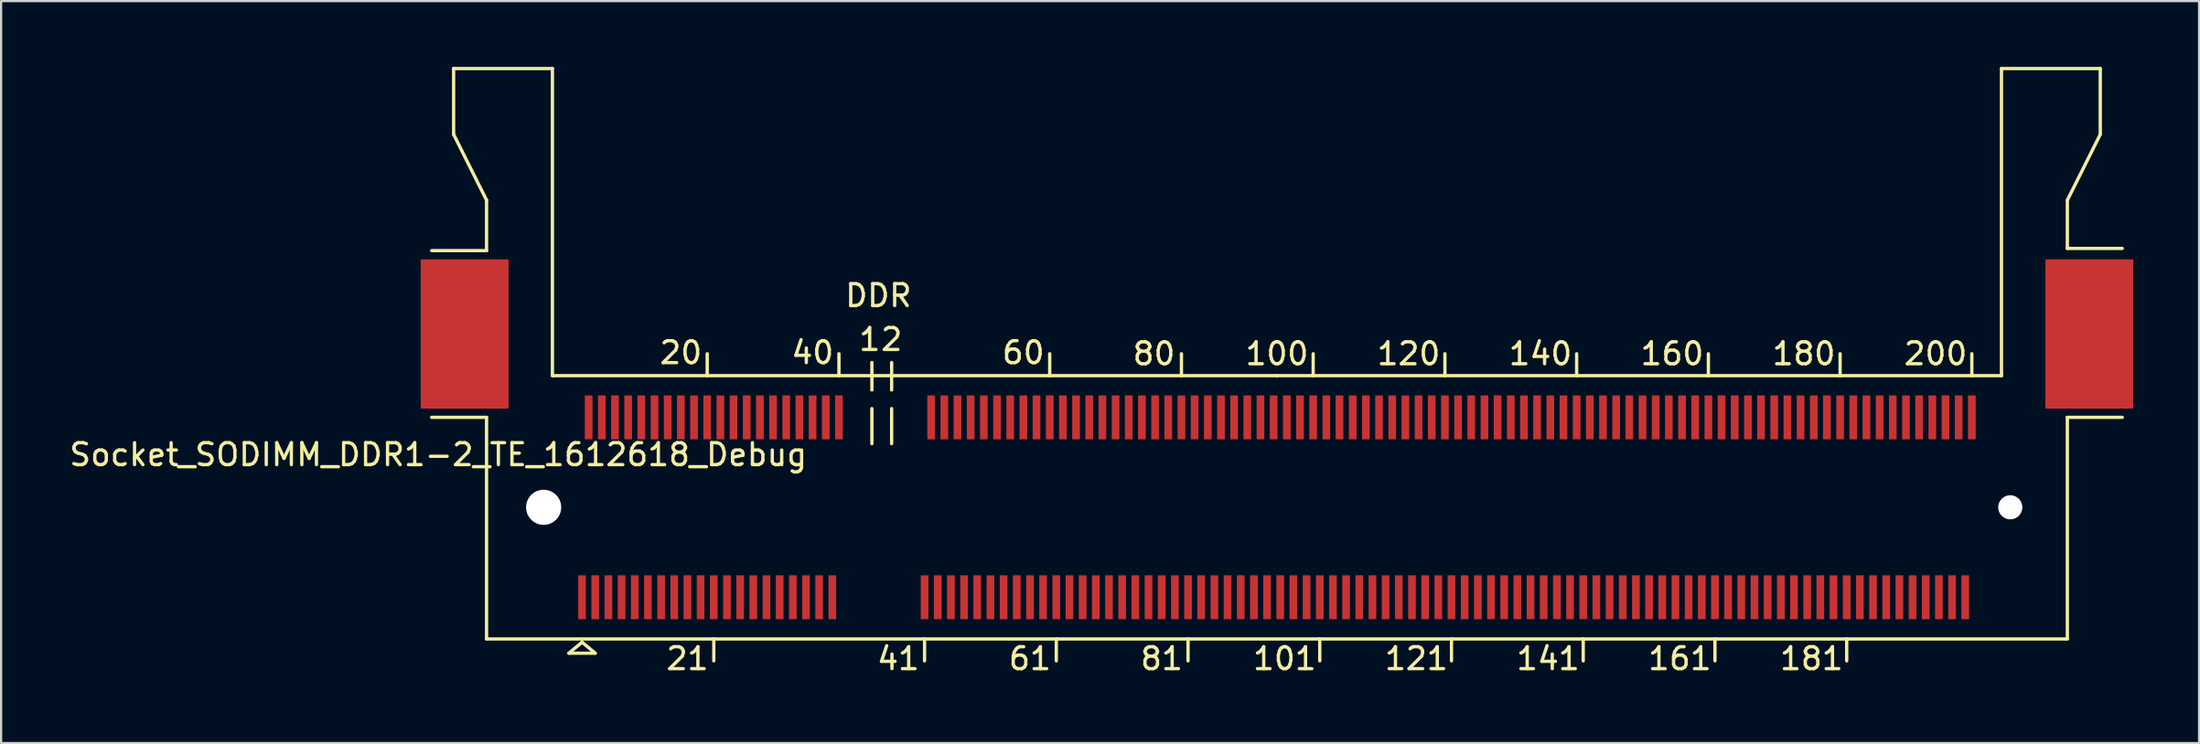
<source format=kicad_pcb>
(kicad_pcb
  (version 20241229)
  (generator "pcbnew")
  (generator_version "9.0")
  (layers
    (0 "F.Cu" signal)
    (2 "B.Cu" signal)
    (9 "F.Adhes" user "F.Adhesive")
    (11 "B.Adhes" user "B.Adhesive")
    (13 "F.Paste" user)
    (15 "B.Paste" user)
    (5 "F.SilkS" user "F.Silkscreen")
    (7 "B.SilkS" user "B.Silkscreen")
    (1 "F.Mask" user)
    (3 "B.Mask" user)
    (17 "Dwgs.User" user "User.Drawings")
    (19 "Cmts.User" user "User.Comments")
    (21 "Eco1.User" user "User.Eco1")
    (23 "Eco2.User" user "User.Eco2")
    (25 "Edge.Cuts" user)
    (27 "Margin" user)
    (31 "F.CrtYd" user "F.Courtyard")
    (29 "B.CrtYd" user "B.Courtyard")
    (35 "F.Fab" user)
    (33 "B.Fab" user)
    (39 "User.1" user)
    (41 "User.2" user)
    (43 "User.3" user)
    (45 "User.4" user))
  (footprint "Socket_SODIMM_DDR1-2_TE_1612618_Debug"
    (layer "F.Cu")
    (at 55.111 20.075)
    (property "Reference" "Socket_SODIMM_DDR1-2_TE_1612618_Debug" (at -38.2 -2.4 0) (layer "F.SilkS") (effects (font (size 1 1) (thickness 0.15))))
    (attr smd)
    (fp_line (start -37.5 -20) (end -37.5 -17) (stroke (width 0.15) (type solid)) (layer "F.SilkS"))
    (fp_line (start -37.5 -17) (end -36 -14) (stroke (width 0.15) (type solid)) (layer "F.SilkS"))
    (fp_line (start -36 -14) (end -36 -11.7) (stroke (width 0.15) (type solid)) (layer "F.SilkS"))
    (fp_line (start -36 -11.7) (end -38.5 -11.7) (stroke (width 0.15) (type solid)) (layer "F.SilkS"))
    (fp_line (start -36 -4.1) (end -38.5 -4.1) (stroke (width 0.15) (type solid)) (layer "F.SilkS"))
    (fp_line (start -36 -4.1) (end -36 6) (stroke (width 0.15) (type solid)) (layer "F.SilkS"))
    (fp_line (start -36 6) (end 36 6) (stroke (width 0.15) (type solid)) (layer "F.SilkS"))
    (fp_line (start -33 -20) (end -37.5 -20) (stroke (width 0.15) (type solid)) (layer "F.SilkS"))
    (fp_line (start -33 -6) (end -33 -20) (stroke (width 0.15) (type solid)) (layer "F.SilkS"))
    (fp_line (start -32.25 6.65) (end -31.65 6.15) (stroke (width 0.15) (type solid)) (layer "F.SilkS"))
    (fp_line (start -31.65 6.15) (end -31.05 6.65) (stroke (width 0.15) (type solid)) (layer "F.SilkS"))
    (fp_line (start -31.05 6.65) (end -32.25 6.65) (stroke (width 0.15) (type solid)) (layer "F.SilkS"))
    (fp_line (start -25.95 -6) (end -25.95 -7) (stroke (width 0.15) (type solid)) (layer "F.SilkS"))
    (fp_line (start -25.65 7) (end -25.65 6) (stroke (width 0.15) (type solid)) (layer "F.SilkS"))
    (fp_line (start -19.95 -6) (end -19.95 -7) (stroke (width 0.15) (type solid)) (layer "F.SilkS"))
    (fp_line (start -18.45 -5.35) (end -18.45 -6.6) (stroke (width 0.15) (type solid)) (layer "F.SilkS"))
    (fp_line (start -18.45 -4.5) (end -18.45 -2.9) (stroke (width 0.15) (type solid)) (layer "F.SilkS"))
    (fp_line (start -17.55 -5.35) (end -17.55 -6.6) (stroke (width 0.15) (type solid)) (layer "F.SilkS"))
    (fp_line (start -17.55 -4.5) (end -17.55 -2.9) (stroke (width 0.15) (type solid)) (layer "F.SilkS"))
    (fp_line (start -16.05 7) (end -16.05 6) (stroke (width 0.15) (type solid)) (layer "F.SilkS"))
    (fp_line (start -10.35 -6) (end -10.35 -7) (stroke (width 0.15) (type solid)) (layer "F.SilkS"))
    (fp_line (start -10.05 7) (end -10.05 6) (stroke (width 0.15) (type solid)) (layer "F.SilkS"))
    (fp_line (start -4.35 -6) (end -4.35 -7) (stroke (width 0.15) (type solid)) (layer "F.SilkS"))
    (fp_line (start -4.05 7) (end -4.05 6) (stroke (width 0.15) (type solid)) (layer "F.SilkS"))
    (fp_line (start 0 -6) (end -33 -6) (stroke (width 0.15) (type solid)) (layer "F.SilkS"))
    (fp_line (start 1.65 -6) (end 1.65 -7) (stroke (width 0.15) (type solid)) (layer "F.SilkS"))
    (fp_line (start 1.95 7) (end 1.95 6) (stroke (width 0.15) (type solid)) (layer "F.SilkS"))
    (fp_line (start 7.65 -6) (end 7.65 -7) (stroke (width 0.15) (type solid)) (layer "F.SilkS"))
    (fp_line (start 7.95 7) (end 7.95 6) (stroke (width 0.15) (type solid)) (layer "F.SilkS"))
    (fp_line (start 13.65 -6) (end 13.65 -7) (stroke (width 0.15) (type solid)) (layer "F.SilkS"))
    (fp_line (start 13.95 7) (end 13.95 6) (stroke (width 0.15) (type solid)) (layer "F.SilkS"))
    (fp_line (start 19.65 -6) (end 19.65 -7) (stroke (width 0.15) (type solid)) (layer "F.SilkS"))
    (fp_line (start 19.95 7) (end 19.95 6) (stroke (width 0.15) (type solid)) (layer "F.SilkS"))
    (fp_line (start 25.65 -6) (end 25.65 -7) (stroke (width 0.15) (type solid)) (layer "F.SilkS"))
    (fp_line (start 25.95 7) (end 25.95 6) (stroke (width 0.15) (type solid)) (layer "F.SilkS"))
    (fp_line (start 31.65 -6) (end 31.65 -7) (stroke (width 0.15) (type solid)) (layer "F.SilkS"))
    (fp_line (start 33 -20) (end 33 -6) (stroke (width 0.15) (type solid)) (layer "F.SilkS"))
    (fp_line (start 33 -6) (end 0 -6) (stroke (width 0.15) (type solid)) (layer "F.SilkS"))
    (fp_line (start 36 -14) (end 36 -11.8) (stroke (width 0.15) (type solid)) (layer "F.SilkS"))
    (fp_line (start 36 -14) (end 37.5 -17) (stroke (width 0.15) (type solid)) (layer "F.SilkS"))
    (fp_line (start 36 -11.8) (end 38.5 -11.8) (stroke (width 0.15) (type solid)) (layer "F.SilkS"))
    (fp_line (start 36 -4.1) (end 38.5 -4.1) (stroke (width 0.15) (type solid)) (layer "F.SilkS"))
    (fp_line (start 36 6) (end 36 -4.1) (stroke (width 0.15) (type solid)) (layer "F.SilkS"))
    (fp_line (start 37.5 -20) (end 33 -20) (stroke (width 0.15) (type solid)) (layer "F.SilkS"))
    (fp_line (start 37.5 -17) (end 37.5 -20) (stroke (width 0.15) (type solid)) (layer "F.SilkS"))
    (fp_text user "60" (at -11.55 -7.05 0) (layer "F.SilkS") (effects (font (size 1 1) (thickness 0.15))))
    (fp_text user "DDR" (at -18.15 -9.65 0) (layer "F.SilkS") (effects (font (size 1 1) (thickness 0.15))))
    (fp_text user "1" (at -18.55 -7.65 0) (layer "F.SilkS") (effects (font (size 1 1) (thickness 0.15))))
    (fp_text user "101" (at 0.35 6.9 0) (layer "F.SilkS") (effects (font (size 1 1) (thickness 0.15))))
    (fp_text user "161" (at 18.35 6.9 0) (layer "F.SilkS") (effects (font (size 1 1) (thickness 0.15))))
    (fp_text user "80" (at -5.6 -7 0) (layer "F.SilkS") (effects (font (size 1 1) (thickness 0.15))))
    (fp_text user "140" (at 12 -7 0) (layer "F.SilkS") (effects (font (size 1 1) (thickness 0.15))))
    (fp_text user "180" (at 24 -7 0) (layer "F.SilkS") (effects (font (size 1 1) (thickness 0.15))))
    (fp_text user "61" (at -11.25 6.9 0) (layer "F.SilkS") (effects (font (size 1 1) (thickness 0.15))))
    (fp_text user "41" (at -17.25 6.9 0) (layer "F.SilkS") (effects (font (size 1 1) (thickness 0.15))))
    (fp_text user "40" (at -21.15 -7.05 0) (layer "F.SilkS") (effects (font (size 1 1) (thickness 0.15))))
    (fp_text user "81" (at -5.25 6.9 0) (layer "F.SilkS") (effects (font (size 1 1) (thickness 0.15))))
    (fp_text user "200" (at 30 -7 0) (layer "F.SilkS") (effects (font (size 1 1) (thickness 0.15))))
    (fp_text user "181" (at 24.35 6.9 0) (layer "F.SilkS") (effects (font (size 1 1) (thickness 0.15))))
    (fp_text user "141" (at 12.35 6.9 0) (layer "F.SilkS") (effects (font (size 1 1) (thickness 0.15))))
    (fp_text user "21" (at -26.85 6.9 0) (layer "F.SilkS") (effects (font (size 1 1) (thickness 0.15))))
    (fp_text user "20" (at -27.15 -7.05 0) (layer "F.SilkS") (effects (font (size 1 1) (thickness 0.15))))
    (fp_text user "2" (at -17.55 -7.65 0) (layer "F.SilkS") (effects (font (size 1 1) (thickness 0.15))))
    (fp_text user "120" (at 6 -7 0) (layer "F.SilkS") (effects (font (size 1 1) (thickness 0.15))))
    (fp_text user "100" (at 0 -7 0) (layer "F.SilkS") (effects (font (size 1 1) (thickness 0.15))))
    (fp_text user "121" (at 6.35 6.9 0) (layer "F.SilkS") (effects (font (size 1 1) (thickness 0.15))))
    (fp_text user "160" (at 18 -7 0) (layer "F.SilkS") (effects (font (size 1 1) (thickness 0.15))))
    (pad "" smd rect (at -37 -7.9) (size 4 6.8) (layers "F.Cu" "F.Mask" "F.Paste"))
    (pad "" np_thru_hole circle (at -33.4 0) (size 1.6 1.6) (drill 1.6) (layers "*.Cu" "*.Mask"))
    (pad "" np_thru_hole circle (at 33.4 0) (size 1.1 1.1) (drill 1.1) (layers "*.Cu" "*.Mask"))
    (pad "" smd rect (at 37 -7.9) (size 4 6.8) (layers "F.Cu" "F.Mask" "F.Paste"))
    (pad "1" smd rect (at -31.65 4.1) (size 0.35 2) (layers "F.Cu" "F.Mask" "F.Paste"))
    (pad "2" smd rect (at -31.35 -4.1) (size 0.35 2) (layers "F.Cu" "F.Mask" "F.Paste"))
    (pad "3" smd rect (at -31.05 4.1) (size 0.35 2) (layers "F.Cu" "F.Mask" "F.Paste"))
    (pad "4" smd rect (at -30.75 -4.1) (size 0.35 2) (layers "F.Cu" "F.Mask" "F.Paste"))
    (pad "5" smd rect (at -30.45 4.1) (size 0.35 2) (layers "F.Cu" "F.Mask" "F.Paste"))
    (pad "6" smd rect (at -30.15 -4.1) (size 0.35 2) (layers "F.Cu" "F.Mask" "F.Paste"))
    (pad "7" smd rect (at -29.85 4.1) (size 0.35 2) (layers "F.Cu" "F.Mask" "F.Paste"))
    (pad "8" smd rect (at -29.55 -4.1) (size 0.35 2) (layers "F.Cu" "F.Mask" "F.Paste"))
    (pad "9" smd rect (at -29.25 4.1) (size 0.35 2) (layers "F.Cu" "F.Mask" "F.Paste"))
    (pad "10" smd rect (at -28.95 -4.1) (size 0.35 2) (layers "F.Cu" "F.Mask" "F.Paste"))
    (pad "11" smd rect (at -28.65 4.1) (size 0.35 2) (layers "F.Cu" "F.Mask" "F.Paste"))
    (pad "12" smd rect (at -28.35 -4.1) (size 0.35 2) (layers "F.Cu" "F.Mask" "F.Paste"))
    (pad "13" smd rect (at -28.05 4.1) (size 0.35 2) (layers "F.Cu" "F.Mask" "F.Paste"))
    (pad "14" smd rect (at -27.75 -4.1) (size 0.35 2) (layers "F.Cu" "F.Mask" "F.Paste"))
    (pad "15" smd rect (at -27.45 4.1) (size 0.35 2) (layers "F.Cu" "F.Mask" "F.Paste"))
    (pad "16" smd rect (at -27.15 -4.1) (size 0.35 2) (layers "F.Cu" "F.Mask" "F.Paste"))
    (pad "17" smd rect (at -26.85 4.1) (size 0.35 2) (layers "F.Cu" "F.Mask" "F.Paste"))
    (pad "18" smd rect (at -26.55 -4.1) (size 0.35 2) (layers "F.Cu" "F.Mask" "F.Paste"))
    (pad "19" smd rect (at -26.25 4.1) (size 0.35 2) (layers "F.Cu" "F.Mask" "F.Paste"))
    (pad "20" smd rect (at -25.95 -4.1) (size 0.35 2) (layers "F.Cu" "F.Mask" "F.Paste"))
    (pad "21" smd rect (at -25.65 4.1) (size 0.35 2) (layers "F.Cu" "F.Mask" "F.Paste"))
    (pad "22" smd rect (at -25.35 -4.1) (size 0.35 2) (layers "F.Cu" "F.Mask" "F.Paste"))
    (pad "23" smd rect (at -25.05 4.1) (size 0.35 2) (layers "F.Cu" "F.Mask" "F.Paste"))
    (pad "24" smd rect (at -24.75 -4.1) (size 0.35 2) (layers "F.Cu" "F.Mask" "F.Paste"))
    (pad "25" smd rect (at -24.45 4.1) (size 0.35 2) (layers "F.Cu" "F.Mask" "F.Paste"))
    (pad "26" smd rect (at -24.15 -4.1) (size 0.35 2) (layers "F.Cu" "F.Mask" "F.Paste"))
    (pad "27" smd rect (at -23.85 4.1) (size 0.35 2) (layers "F.Cu" "F.Mask" "F.Paste"))
    (pad "28" smd rect (at -23.55 -4.1) (size 0.35 2) (layers "F.Cu" "F.Mask" "F.Paste"))
    (pad "29" smd rect (at -23.25 4.1) (size 0.35 2) (layers "F.Cu" "F.Mask" "F.Paste"))
    (pad "30" smd rect (at -22.95 -4.1) (size 0.35 2) (layers "F.Cu" "F.Mask" "F.Paste"))
    (pad "31" smd rect (at -22.65 4.1) (size 0.35 2) (layers "F.Cu" "F.Mask" "F.Paste"))
    (pad "32" smd rect (at -22.35 -4.1) (size 0.35 2) (layers "F.Cu" "F.Mask" "F.Paste"))
    (pad "33" smd rect (at -22.05 4.1) (size 0.35 2) (layers "F.Cu" "F.Mask" "F.Paste"))
    (pad "34" smd rect (at -21.75 -4.1) (size 0.35 2) (layers "F.Cu" "F.Mask" "F.Paste"))
    (pad "35" smd rect (at -21.45 4.1) (size 0.35 2) (layers "F.Cu" "F.Mask" "F.Paste"))
    (pad "36" smd rect (at -21.15 -4.1) (size 0.35 2) (layers "F.Cu" "F.Mask" "F.Paste"))
    (pad "37" smd rect (at -20.85 4.1) (size 0.35 2) (layers "F.Cu" "F.Mask" "F.Paste"))
    (pad "38" smd rect (at -20.55 -4.1) (size 0.35 2) (layers "F.Cu" "F.Mask" "F.Paste"))
    (pad "39" smd rect (at -20.25 4.1) (size 0.35 2) (layers "F.Cu" "F.Mask" "F.Paste"))
    (pad "40" smd rect (at -19.95 -4.1) (size 0.35 2) (layers "F.Cu" "F.Mask" "F.Paste"))
    (pad "41" smd rect (at -16.05 4.1) (size 0.35 2) (layers "F.Cu" "F.Mask" "F.Paste"))
    (pad "42" smd rect (at -15.75 -4.1) (size 0.35 2) (layers "F.Cu" "F.Mask" "F.Paste"))
    (pad "43" smd rect (at -15.45 4.1) (size 0.35 2) (layers "F.Cu" "F.Mask" "F.Paste"))
    (pad "44" smd rect (at -15.15 -4.1) (size 0.35 2) (layers "F.Cu" "F.Mask" "F.Paste"))
    (pad "45" smd rect (at -14.85 4.1) (size 0.35 2) (layers "F.Cu" "F.Mask" "F.Paste"))
    (pad "46" smd rect (at -14.55 -4.1) (size 0.35 2) (layers "F.Cu" "F.Mask" "F.Paste"))
    (pad "47" smd rect (at -14.25 4.1) (size 0.35 2) (layers "F.Cu" "F.Mask" "F.Paste"))
    (pad "48" smd rect (at -13.95 -4.1) (size 0.35 2) (layers "F.Cu" "F.Mask" "F.Paste"))
    (pad "49" smd rect (at -13.65 4.1) (size 0.35 2) (layers "F.Cu" "F.Mask" "F.Paste"))
    (pad "50" smd rect (at -13.35 -4.1) (size 0.35 2) (layers "F.Cu" "F.Mask" "F.Paste"))
    (pad "51" smd rect (at -13.05 4.1) (size 0.35 2) (layers "F.Cu" "F.Mask" "F.Paste"))
    (pad "52" smd rect (at -12.75 -4.1) (size 0.35 2) (layers "F.Cu" "F.Mask" "F.Paste"))
    (pad "53" smd rect (at -12.45 4.1) (size 0.35 2) (layers "F.Cu" "F.Mask" "F.Paste"))
    (pad "54" smd rect (at -12.15 -4.1) (size 0.35 2) (layers "F.Cu" "F.Mask" "F.Paste"))
    (pad "55" smd rect (at -11.85 4.1) (size 0.35 2) (layers "F.Cu" "F.Mask" "F.Paste"))
    (pad "56" smd rect (at -11.55 -4.1) (size 0.35 2) (layers "F.Cu" "F.Mask" "F.Paste"))
    (pad "57" smd rect (at -11.25 4.1) (size 0.35 2) (layers "F.Cu" "F.Mask" "F.Paste"))
    (pad "58" smd rect (at -10.95 -4.1) (size 0.35 2) (layers "F.Cu" "F.Mask" "F.Paste"))
    (pad "59" smd rect (at -10.65 4.1) (size 0.35 2) (layers "F.Cu" "F.Mask" "F.Paste"))
    (pad "60" smd rect (at -10.35 -4.1) (size 0.35 2) (layers "F.Cu" "F.Mask" "F.Paste"))
    (pad "61" smd rect (at -10.05 4.1) (size 0.35 2) (layers "F.Cu" "F.Mask" "F.Paste"))
    (pad "62" smd rect (at -9.75 -4.1) (size 0.35 2) (layers "F.Cu" "F.Mask" "F.Paste"))
    (pad "63" smd rect (at -9.45 4.1) (size 0.35 2) (layers "F.Cu" "F.Mask" "F.Paste"))
    (pad "64" smd rect (at -9.15 -4.1) (size 0.35 2) (layers "F.Cu" "F.Mask" "F.Paste"))
    (pad "65" smd rect (at -8.85 4.1) (size 0.35 2) (layers "F.Cu" "F.Mask" "F.Paste"))
    (pad "66" smd rect (at -8.55 -4.1) (size 0.35 2) (layers "F.Cu" "F.Mask" "F.Paste"))
    (pad "67" smd rect (at -8.25 4.1) (size 0.35 2) (layers "F.Cu" "F.Mask" "F.Paste"))
    (pad "68" smd rect (at -7.95 -4.1) (size 0.35 2) (layers "F.Cu" "F.Mask" "F.Paste"))
    (pad "69" smd rect (at -7.65 4.1) (size 0.35 2) (layers "F.Cu" "F.Mask" "F.Paste"))
    (pad "70" smd rect (at -7.35 -4.1) (size 0.35 2) (layers "F.Cu" "F.Mask" "F.Paste"))
    (pad "71" smd rect (at -7.05 4.1) (size 0.35 2) (layers "F.Cu" "F.Mask" "F.Paste"))
    (pad "72" smd rect (at -6.75 -4.1) (size 0.35 2) (layers "F.Cu" "F.Mask" "F.Paste"))
    (pad "73" smd rect (at -6.45 4.1) (size 0.35 2) (layers "F.Cu" "F.Mask" "F.Paste"))
    (pad "74" smd rect (at -6.15 -4.1) (size 0.35 2) (layers "F.Cu" "F.Mask" "F.Paste"))
    (pad "75" smd rect (at -5.85 4.1) (size 0.35 2) (layers "F.Cu" "F.Mask" "F.Paste"))
    (pad "76" smd rect (at -5.55 -4.1) (size 0.35 2) (layers "F.Cu" "F.Mask" "F.Paste"))
    (pad "77" smd rect (at -5.25 4.1) (size 0.35 2) (layers "F.Cu" "F.Mask" "F.Paste"))
    (pad "78" smd rect (at -4.95 -4.1) (size 0.35 2) (layers "F.Cu" "F.Mask" "F.Paste"))
    (pad "79" smd rect (at -4.65 4.1) (size 0.35 2) (layers "F.Cu" "F.Mask" "F.Paste"))
    (pad "80" smd rect (at -4.35 -4.1) (size 0.35 2) (layers "F.Cu" "F.Mask" "F.Paste"))
    (pad "81" smd rect (at -4.05 4.1) (size 0.35 2) (layers "F.Cu" "F.Mask" "F.Paste"))
    (pad "82" smd rect (at -3.75 -4.1) (size 0.35 2) (layers "F.Cu" "F.Mask" "F.Paste"))
    (pad "83" smd rect (at -3.45 4.1) (size 0.35 2) (layers "F.Cu" "F.Mask" "F.Paste"))
    (pad "84" smd rect (at -3.15 -4.1) (size 0.35 2) (layers "F.Cu" "F.Mask" "F.Paste"))
    (pad "85" smd rect (at -2.85 4.1) (size 0.35 2) (layers "F.Cu" "F.Mask" "F.Paste"))
    (pad "86" smd rect (at -2.55 -4.1) (size 0.35 2) (layers "F.Cu" "F.Mask" "F.Paste"))
    (pad "87" smd rect (at -2.25 4.1) (size 0.35 2) (layers "F.Cu" "F.Mask" "F.Paste"))
    (pad "88" smd rect (at -1.95 -4.1) (size 0.35 2) (layers "F.Cu" "F.Mask" "F.Paste"))
    (pad "89" smd rect (at -1.65 4.1) (size 0.35 2) (layers "F.Cu" "F.Mask" "F.Paste"))
    (pad "90" smd rect (at -1.35 -4.1) (size 0.35 2) (layers "F.Cu" "F.Mask" "F.Paste"))
    (pad "91" smd rect (at -1.05 4.1) (size 0.35 2) (layers "F.Cu" "F.Mask" "F.Paste"))
    (pad "92" smd rect (at -0.75 -4.1) (size 0.35 2) (layers "F.Cu" "F.Mask" "F.Paste"))
    (pad "93" smd rect (at -0.45 4.1) (size 0.35 2) (layers "F.Cu" "F.Mask" "F.Paste"))
    (pad "94" smd rect (at -0.15 -4.1) (size 0.35 2) (layers "F.Cu" "F.Mask" "F.Paste"))
    (pad "95" smd rect (at 0.15 4.1) (size 0.35 2) (layers "F.Cu" "F.Mask" "F.Paste"))
    (pad "96" smd rect (at 0.45 -4.1) (size 0.35 2) (layers "F.Cu" "F.Mask" "F.Paste"))
    (pad "97" smd rect (at 0.75 4.1) (size 0.35 2) (layers "F.Cu" "F.Mask" "F.Paste"))
    (pad "98" smd rect (at 1.05 -4.1) (size 0.35 2) (layers "F.Cu" "F.Mask" "F.Paste"))
    (pad "99" smd rect (at 1.35 4.1) (size 0.35 2) (layers "F.Cu" "F.Mask" "F.Paste"))
    (pad "100" smd rect (at 1.65 -4.1) (size 0.35 2) (layers "F.Cu" "F.Mask" "F.Paste"))
    (pad "101" smd rect (at 1.95 4.1) (size 0.35 2) (layers "F.Cu" "F.Mask" "F.Paste"))
    (pad "102" smd rect (at 2.25 -4.1) (size 0.35 2) (layers "F.Cu" "F.Mask" "F.Paste"))
    (pad "103" smd rect (at 2.55 4.1) (size 0.35 2) (layers "F.Cu" "F.Mask" "F.Paste"))
    (pad "104" smd rect (at 2.85 -4.1) (size 0.35 2) (layers "F.Cu" "F.Mask" "F.Paste"))
    (pad "105" smd rect (at 3.15 4.1) (size 0.35 2) (layers "F.Cu" "F.Mask" "F.Paste"))
    (pad "106" smd rect (at 3.45 -4.1) (size 0.35 2) (layers "F.Cu" "F.Mask" "F.Paste"))
    (pad "107" smd rect (at 3.75 4.1) (size 0.35 2) (layers "F.Cu" "F.Mask" "F.Paste"))
    (pad "108" smd rect (at 4.05 -4.1) (size 0.35 2) (layers "F.Cu" "F.Mask" "F.Paste"))
    (pad "109" smd rect (at 4.35 4.1) (size 0.35 2) (layers "F.Cu" "F.Mask" "F.Paste"))
    (pad "110" smd rect (at 4.65 -4.1) (size 0.35 2) (layers "F.Cu" "F.Mask" "F.Paste"))
    (pad "111" smd rect (at 4.95 4.1) (size 0.35 2) (layers "F.Cu" "F.Mask" "F.Paste"))
    (pad "112" smd rect (at 5.25 -4.1) (size 0.35 2) (layers "F.Cu" "F.Mask" "F.Paste"))
    (pad "113" smd rect (at 5.55 4.1) (size 0.35 2) (layers "F.Cu" "F.Mask" "F.Paste"))
    (pad "114" smd rect (at 5.85 -4.1) (size 0.35 2) (layers "F.Cu" "F.Mask" "F.Paste"))
    (pad "115" smd rect (at 6.15 4.1) (size 0.35 2) (layers "F.Cu" "F.Mask" "F.Paste"))
    (pad "116" smd rect (at 6.45 -4.1) (size 0.35 2) (layers "F.Cu" "F.Mask" "F.Paste"))
    (pad "117" smd rect (at 6.75 4.1) (size 0.35 2) (layers "F.Cu" "F.Mask" "F.Paste"))
    (pad "118" smd rect (at 7.05 -4.1) (size 0.35 2) (layers "F.Cu" "F.Mask" "F.Paste"))
    (pad "119" smd rect (at 7.35 4.1) (size 0.35 2) (layers "F.Cu" "F.Mask" "F.Paste"))
    (pad "120" smd rect (at 7.65 -4.1) (size 0.35 2) (layers "F.Cu" "F.Mask" "F.Paste"))
    (pad "121" smd rect (at 7.95 4.1) (size 0.35 2) (layers "F.Cu" "F.Mask" "F.Paste"))
    (pad "122" smd rect (at 8.25 -4.1) (size 0.35 2) (layers "F.Cu" "F.Mask" "F.Paste"))
    (pad "123" smd rect (at 8.55 4.1) (size 0.35 2) (layers "F.Cu" "F.Mask" "F.Paste"))
    (pad "124" smd rect (at 8.85 -4.1) (size 0.35 2) (layers "F.Cu" "F.Mask" "F.Paste"))
    (pad "125" smd rect (at 9.15 4.1) (size 0.35 2) (layers "F.Cu" "F.Mask" "F.Paste"))
    (pad "126" smd rect (at 9.45 -4.1) (size 0.35 2) (layers "F.Cu" "F.Mask" "F.Paste"))
    (pad "127" smd rect (at 9.75 4.1) (size 0.35 2) (layers "F.Cu" "F.Mask" "F.Paste"))
    (pad "128" smd rect (at 10.05 -4.1) (size 0.35 2) (layers "F.Cu" "F.Mask" "F.Paste"))
    (pad "129" smd rect (at 10.35 4.1) (size 0.35 2) (layers "F.Cu" "F.Mask" "F.Paste"))
    (pad "130" smd rect (at 10.65 -4.1) (size 0.35 2) (layers "F.Cu" "F.Mask" "F.Paste"))
    (pad "131" smd rect (at 10.95 4.1) (size 0.35 2) (layers "F.Cu" "F.Mask" "F.Paste"))
    (pad "132" smd rect (at 11.25 -4.1) (size 0.35 2) (layers "F.Cu" "F.Mask" "F.Paste"))
    (pad "133" smd rect (at 11.55 4.1) (size 0.35 2) (layers "F.Cu" "F.Mask" "F.Paste"))
    (pad "134" smd rect (at 11.85 -4.1) (size 0.35 2) (layers "F.Cu" "F.Mask" "F.Paste"))
    (pad "135" smd rect (at 12.15 4.1) (size 0.35 2) (layers "F.Cu" "F.Mask" "F.Paste"))
    (pad "136" smd rect (at 12.45 -4.1) (size 0.35 2) (layers "F.Cu" "F.Mask" "F.Paste"))
    (pad "137" smd rect (at 12.75 4.1) (size 0.35 2) (layers "F.Cu" "F.Mask" "F.Paste"))
    (pad "138" smd rect (at 13.05 -4.1) (size 0.35 2) (layers "F.Cu" "F.Mask" "F.Paste"))
    (pad "139" smd rect (at 13.35 4.1) (size 0.35 2) (layers "F.Cu" "F.Mask" "F.Paste"))
    (pad "140" smd rect (at 13.65 -4.1) (size 0.35 2) (layers "F.Cu" "F.Mask" "F.Paste"))
    (pad "141" smd rect (at 13.95 4.1) (size 0.35 2) (layers "F.Cu" "F.Mask" "F.Paste"))
    (pad "142" smd rect (at 14.25 -4.1) (size 0.35 2) (layers "F.Cu" "F.Mask" "F.Paste"))
    (pad "143" smd rect (at 14.55 4.1) (size 0.35 2) (layers "F.Cu" "F.Mask" "F.Paste"))
    (pad "144" smd rect (at 14.85 -4.1) (size 0.35 2) (layers "F.Cu" "F.Mask" "F.Paste"))
    (pad "145" smd rect (at 15.15 4.1) (size 0.35 2) (layers "F.Cu" "F.Mask" "F.Paste"))
    (pad "146" smd rect (at 15.45 -4.1) (size 0.35 2) (layers "F.Cu" "F.Mask" "F.Paste"))
    (pad "147" smd rect (at 15.75 4.1) (size 0.35 2) (layers "F.Cu" "F.Mask" "F.Paste"))
    (pad "148" smd rect (at 16.05 -4.1) (size 0.35 2) (layers "F.Cu" "F.Mask" "F.Paste"))
    (pad "149" smd rect (at 16.35 4.1) (size 0.35 2) (layers "F.Cu" "F.Mask" "F.Paste"))
    (pad "150" smd rect (at 16.65 -4.1) (size 0.35 2) (layers "F.Cu" "F.Mask" "F.Paste"))
    (pad "151" smd rect (at 16.95 4.1) (size 0.35 2) (layers "F.Cu" "F.Mask" "F.Paste"))
    (pad "152" smd rect (at 17.25 -4.1) (size 0.35 2) (layers "F.Cu" "F.Mask" "F.Paste"))
    (pad "153" smd rect (at 17.55 4.1) (size 0.35 2) (layers "F.Cu" "F.Mask" "F.Paste"))
    (pad "154" smd rect (at 17.85 -4.1) (size 0.35 2) (layers "F.Cu" "F.Mask" "F.Paste"))
    (pad "155" smd rect (at 18.15 4.1) (size 0.35 2) (layers "F.Cu" "F.Mask" "F.Paste"))
    (pad "156" smd rect (at 18.45 -4.1) (size 0.35 2) (layers "F.Cu" "F.Mask" "F.Paste"))
    (pad "157" smd rect (at 18.75 4.1) (size 0.35 2) (layers "F.Cu" "F.Mask" "F.Paste"))
    (pad "158" smd rect (at 19.05 -4.1) (size 0.35 2) (layers "F.Cu" "F.Mask" "F.Paste"))
    (pad "159" smd rect (at 19.35 4.1) (size 0.35 2) (layers "F.Cu" "F.Mask" "F.Paste"))
    (pad "160" smd rect (at 19.65 -4.1) (size 0.35 2) (layers "F.Cu" "F.Mask" "F.Paste"))
    (pad "161" smd rect (at 19.95 4.1) (size 0.35 2) (layers "F.Cu" "F.Mask" "F.Paste"))
    (pad "162" smd rect (at 20.25 -4.1) (size 0.35 2) (layers "F.Cu" "F.Mask" "F.Paste"))
    (pad "163" smd rect (at 20.55 4.1) (size 0.35 2) (layers "F.Cu" "F.Mask" "F.Paste"))
    (pad "164" smd rect (at 20.85 -4.1) (size 0.35 2) (layers "F.Cu" "F.Mask" "F.Paste"))
    (pad "165" smd rect (at 21.15 4.1) (size 0.35 2) (layers "F.Cu" "F.Mask" "F.Paste"))
    (pad "166" smd rect (at 21.45 -4.1) (size 0.35 2) (layers "F.Cu" "F.Mask" "F.Paste"))
    (pad "167" smd rect (at 21.75 4.1) (size 0.35 2) (layers "F.Cu" "F.Mask" "F.Paste"))
    (pad "168" smd rect (at 22.05 -4.1) (size 0.35 2) (layers "F.Cu" "F.Mask" "F.Paste"))
    (pad "169" smd rect (at 22.35 4.1) (size 0.35 2) (layers "F.Cu" "F.Mask" "F.Paste"))
    (pad "170" smd rect (at 22.65 -4.1) (size 0.35 2) (layers "F.Cu" "F.Mask" "F.Paste"))
    (pad "171" smd rect (at 22.95 4.1) (size 0.35 2) (layers "F.Cu" "F.Mask" "F.Paste"))
    (pad "172" smd rect (at 23.25 -4.1) (size 0.35 2) (layers "F.Cu" "F.Mask" "F.Paste"))
    (pad "173" smd rect (at 23.55 4.1) (size 0.35 2) (layers "F.Cu" "F.Mask" "F.Paste"))
    (pad "174" smd rect (at 23.85 -4.1) (size 0.35 2) (layers "F.Cu" "F.Mask" "F.Paste"))
    (pad "175" smd rect (at 24.15 4.1) (size 0.35 2) (layers "F.Cu" "F.Mask" "F.Paste"))
    (pad "176" smd rect (at 24.45 -4.1) (size 0.35 2) (layers "F.Cu" "F.Mask" "F.Paste"))
    (pad "177" smd rect (at 24.75 4.1) (size 0.35 2) (layers "F.Cu" "F.Mask" "F.Paste"))
    (pad "178" smd rect (at 25.05 -4.1) (size 0.35 2) (layers "F.Cu" "F.Mask" "F.Paste"))
    (pad "179" smd rect (at 25.35 4.1) (size 0.35 2) (layers "F.Cu" "F.Mask" "F.Paste"))
    (pad "180" smd rect (at 25.65 -4.1) (size 0.35 2) (layers "F.Cu" "F.Mask" "F.Paste"))
    (pad "181" smd rect (at 25.95 4.1) (size 0.35 2) (layers "F.Cu" "F.Mask" "F.Paste"))
    (pad "182" smd rect (at 26.25 -4.1) (size 0.35 2) (layers "F.Cu" "F.Mask" "F.Paste"))
    (pad "183" smd rect (at 26.55 4.1) (size 0.35 2) (layers "F.Cu" "F.Mask" "F.Paste"))
    (pad "184" smd rect (at 26.85 -4.1) (size 0.35 2) (layers "F.Cu" "F.Mask" "F.Paste"))
    (pad "185" smd rect (at 27.15 4.1) (size 0.35 2) (layers "F.Cu" "F.Mask" "F.Paste"))
    (pad "186" smd rect (at 27.45 -4.1) (size 0.35 2) (layers "F.Cu" "F.Mask" "F.Paste"))
    (pad "187" smd rect (at 27.75 4.1) (size 0.35 2) (layers "F.Cu" "F.Mask" "F.Paste"))
    (pad "188" smd rect (at 28.05 -4.1) (size 0.35 2) (layers "F.Cu" "F.Mask" "F.Paste"))
    (pad "189" smd rect (at 28.35 4.1) (size 0.35 2) (layers "F.Cu" "F.Mask" "F.Paste"))
    (pad "190" smd rect (at 28.65 -4.1) (size 0.35 2) (layers "F.Cu" "F.Mask" "F.Paste"))
    (pad "191" smd rect (at 28.95 4.1) (size 0.35 2) (layers "F.Cu" "F.Mask" "F.Paste"))
    (pad "192" smd rect (at 29.25 -4.1) (size 0.35 2) (layers "F.Cu" "F.Mask" "F.Paste"))
    (pad "193" smd rect (at 29.55 4.1) (size 0.35 2) (layers "F.Cu" "F.Mask" "F.Paste"))
    (pad "194" smd rect (at 29.85 -4.1) (size 0.35 2) (layers "F.Cu" "F.Mask" "F.Paste"))
    (pad "195" smd rect (at 30.15 4.1) (size 0.35 2) (layers "F.Cu" "F.Mask" "F.Paste"))
    (pad "196" smd rect (at 30.45 -4.1) (size 0.35 2) (layers "F.Cu" "F.Mask" "F.Paste"))
    (pad "197" smd rect (at 30.75 4.1) (size 0.35 2) (layers "F.Cu" "F.Mask" "F.Paste"))
    (pad "198" smd rect (at 31.05 -4.1) (size 0.35 2) (layers "F.Cu" "F.Mask" "F.Paste"))
    (pad "199" smd rect (at 31.35 4.1) (size 0.35 2) (layers "F.Cu" "F.Mask" "F.Paste"))
    (pad "200" smd rect (at 31.65 -4.1) (size 0.35 2) (layers "F.Cu" "F.Mask" "F.Paste")))
  (gr_rect
    (start -3 -3)
    (end 97.111 30.823)
    (stroke (width 0.1) (type default))
    (fill no)
    (layer "Edge.Cuts")))
</source>
